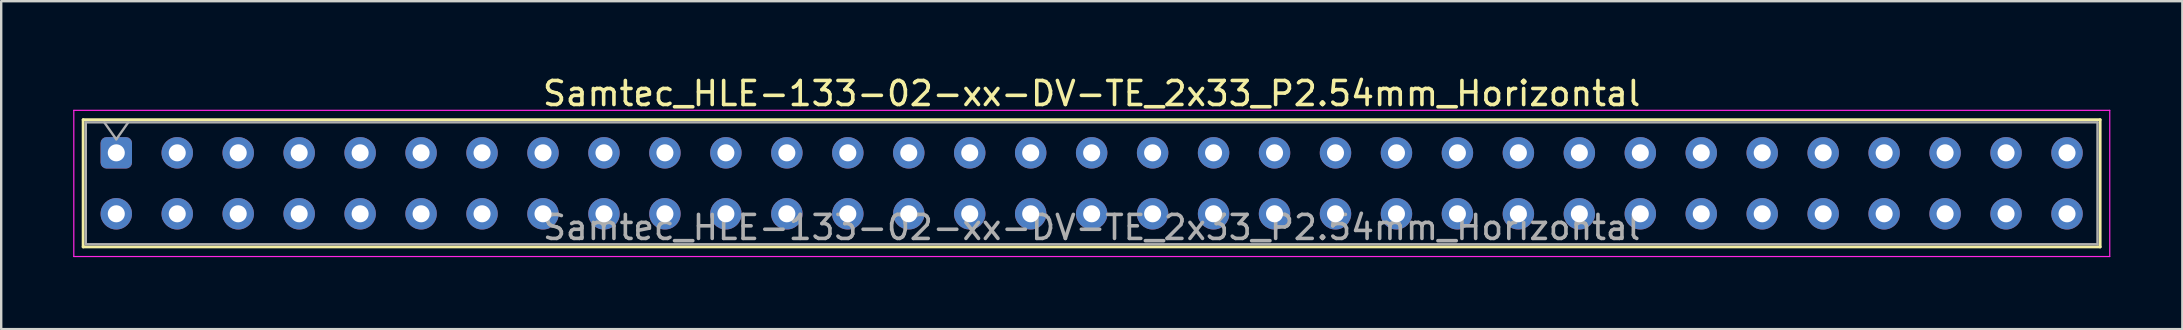
<source format=kicad_pcb>
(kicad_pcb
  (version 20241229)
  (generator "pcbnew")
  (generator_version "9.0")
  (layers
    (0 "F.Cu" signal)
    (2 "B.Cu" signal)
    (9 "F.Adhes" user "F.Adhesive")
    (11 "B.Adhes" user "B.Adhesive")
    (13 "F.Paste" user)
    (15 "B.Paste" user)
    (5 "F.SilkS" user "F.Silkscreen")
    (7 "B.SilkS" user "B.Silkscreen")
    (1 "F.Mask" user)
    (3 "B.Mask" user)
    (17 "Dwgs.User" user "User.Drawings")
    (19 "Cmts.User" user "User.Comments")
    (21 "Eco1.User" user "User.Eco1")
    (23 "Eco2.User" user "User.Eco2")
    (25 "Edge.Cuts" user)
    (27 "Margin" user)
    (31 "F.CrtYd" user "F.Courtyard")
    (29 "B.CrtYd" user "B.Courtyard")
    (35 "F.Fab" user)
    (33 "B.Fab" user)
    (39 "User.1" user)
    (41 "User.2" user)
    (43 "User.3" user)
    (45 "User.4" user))
  (footprint "Samtec_HLE-133-02-xx-DV-TE_2x33_P2.54mm_Horizontal"
    (layer "F.Cu")
    (at 1.795 3.318)
    (property "Reference" "Samtec_HLE-133-02-xx-DV-TE_2x33_P2.54mm_Horizontal" (at 40.64 -2.47 0) (layer "F.SilkS") (effects (font (size 1 1) (thickness 0.15))))
    (attr through_hole)
    (fp_line (start -1.38 -1.38) (end 82.66 -1.38) (stroke (width 0.12) (type solid)) (layer "F.SilkS"))
    (fp_line (start -1.38 3.92) (end -1.38 -1.38) (stroke (width 0.12) (type solid)) (layer "F.SilkS"))
    (fp_line (start 82.66 -1.38) (end 82.66 3.92) (stroke (width 0.12) (type solid)) (layer "F.SilkS"))
    (fp_line (start 82.66 3.92) (end -1.38 3.92) (stroke (width 0.12) (type solid)) (layer "F.SilkS"))
    (fp_line (start -1.77 -1.77) (end 83.06 -1.77) (stroke (width 0.05) (type solid)) (layer "F.CrtYd"))
    (fp_line (start -1.77 4.32) (end -1.77 -1.77) (stroke (width 0.05) (type solid)) (layer "F.CrtYd"))
    (fp_line (start 83.06 -1.77) (end 83.06 4.32) (stroke (width 0.05) (type solid)) (layer "F.CrtYd"))
    (fp_line (start 83.06 4.32) (end -1.77 4.32) (stroke (width 0.05) (type solid)) (layer "F.CrtYd"))
    (fp_line (start -1.27 -1.27) (end 82.55 -1.27) (stroke (width 0.1) (type solid)) (layer "F.Fab"))
    (fp_line (start -1.27 3.81) (end -1.27 -1.27) (stroke (width 0.1) (type solid)) (layer "F.Fab"))
    (fp_line (start -0.5 -1.27) (end 0 -0.563) (stroke (width 0.1) (type solid)) (layer "F.Fab"))
    (fp_line (start 0 -0.563) (end 0.5 -1.27) (stroke (width 0.1) (type solid)) (layer "F.Fab"))
    (fp_line (start 82.55 -1.27) (end 82.55 3.81) (stroke (width 0.1) (type solid)) (layer "F.Fab"))
    (fp_line (start 82.55 3.81) (end -1.27 3.81) (stroke (width 0.1) (type solid)) (layer "F.Fab"))
    (fp_text user "${REFERENCE}" (at 40.64 3.11 0) (layer "F.Fab") (effects (font (size 1 1) (thickness 0.15))))
    (pad "1" thru_hole roundrect (at 0 0) (size 1.31 1.31) (drill 0.71) (layers "*.Cu" "*.Mask") (roundrect_rratio 0.191))
    (pad "2" thru_hole circle (at 0 2.54) (size 1.31 1.31) (drill 0.71) (layers "*.Cu" "*.Mask"))
    (pad "3" thru_hole circle (at 2.54 0) (size 1.31 1.31) (drill 0.71) (layers "*.Cu" "*.Mask"))
    (pad "4" thru_hole circle (at 2.54 2.54) (size 1.31 1.31) (drill 0.71) (layers "*.Cu" "*.Mask"))
    (pad "5" thru_hole circle (at 5.08 0) (size 1.31 1.31) (drill 0.71) (layers "*.Cu" "*.Mask"))
    (pad "6" thru_hole circle (at 5.08 2.54) (size 1.31 1.31) (drill 0.71) (layers "*.Cu" "*.Mask"))
    (pad "7" thru_hole circle (at 7.62 0) (size 1.31 1.31) (drill 0.71) (layers "*.Cu" "*.Mask"))
    (pad "8" thru_hole circle (at 7.62 2.54) (size 1.31 1.31) (drill 0.71) (layers "*.Cu" "*.Mask"))
    (pad "9" thru_hole circle (at 10.16 0) (size 1.31 1.31) (drill 0.71) (layers "*.Cu" "*.Mask"))
    (pad "10" thru_hole circle (at 10.16 2.54) (size 1.31 1.31) (drill 0.71) (layers "*.Cu" "*.Mask"))
    (pad "11" thru_hole circle (at 12.7 0) (size 1.31 1.31) (drill 0.71) (layers "*.Cu" "*.Mask"))
    (pad "12" thru_hole circle (at 12.7 2.54) (size 1.31 1.31) (drill 0.71) (layers "*.Cu" "*.Mask"))
    (pad "13" thru_hole circle (at 15.24 0) (size 1.31 1.31) (drill 0.71) (layers "*.Cu" "*.Mask"))
    (pad "14" thru_hole circle (at 15.24 2.54) (size 1.31 1.31) (drill 0.71) (layers "*.Cu" "*.Mask"))
    (pad "15" thru_hole circle (at 17.78 0) (size 1.31 1.31) (drill 0.71) (layers "*.Cu" "*.Mask"))
    (pad "16" thru_hole circle (at 17.78 2.54) (size 1.31 1.31) (drill 0.71) (layers "*.Cu" "*.Mask"))
    (pad "17" thru_hole circle (at 20.32 0) (size 1.31 1.31) (drill 0.71) (layers "*.Cu" "*.Mask"))
    (pad "18" thru_hole circle (at 20.32 2.54) (size 1.31 1.31) (drill 0.71) (layers "*.Cu" "*.Mask"))
    (pad "19" thru_hole circle (at 22.86 0) (size 1.31 1.31) (drill 0.71) (layers "*.Cu" "*.Mask"))
    (pad "20" thru_hole circle (at 22.86 2.54) (size 1.31 1.31) (drill 0.71) (layers "*.Cu" "*.Mask"))
    (pad "21" thru_hole circle (at 25.4 0) (size 1.31 1.31) (drill 0.71) (layers "*.Cu" "*.Mask"))
    (pad "22" thru_hole circle (at 25.4 2.54) (size 1.31 1.31) (drill 0.71) (layers "*.Cu" "*.Mask"))
    (pad "23" thru_hole circle (at 27.94 0) (size 1.31 1.31) (drill 0.71) (layers "*.Cu" "*.Mask"))
    (pad "24" thru_hole circle (at 27.94 2.54) (size 1.31 1.31) (drill 0.71) (layers "*.Cu" "*.Mask"))
    (pad "25" thru_hole circle (at 30.48 0) (size 1.31 1.31) (drill 0.71) (layers "*.Cu" "*.Mask"))
    (pad "26" thru_hole circle (at 30.48 2.54) (size 1.31 1.31) (drill 0.71) (layers "*.Cu" "*.Mask"))
    (pad "27" thru_hole circle (at 33.02 0) (size 1.31 1.31) (drill 0.71) (layers "*.Cu" "*.Mask"))
    (pad "28" thru_hole circle (at 33.02 2.54) (size 1.31 1.31) (drill 0.71) (layers "*.Cu" "*.Mask"))
    (pad "29" thru_hole circle (at 35.56 0) (size 1.31 1.31) (drill 0.71) (layers "*.Cu" "*.Mask"))
    (pad "30" thru_hole circle (at 35.56 2.54) (size 1.31 1.31) (drill 0.71) (layers "*.Cu" "*.Mask"))
    (pad "31" thru_hole circle (at 38.1 0) (size 1.31 1.31) (drill 0.71) (layers "*.Cu" "*.Mask"))
    (pad "32" thru_hole circle (at 38.1 2.54) (size 1.31 1.31) (drill 0.71) (layers "*.Cu" "*.Mask"))
    (pad "33" thru_hole circle (at 40.64 0) (size 1.31 1.31) (drill 0.71) (layers "*.Cu" "*.Mask"))
    (pad "34" thru_hole circle (at 40.64 2.54) (size 1.31 1.31) (drill 0.71) (layers "*.Cu" "*.Mask"))
    (pad "35" thru_hole circle (at 43.18 0) (size 1.31 1.31) (drill 0.71) (layers "*.Cu" "*.Mask"))
    (pad "36" thru_hole circle (at 43.18 2.54) (size 1.31 1.31) (drill 0.71) (layers "*.Cu" "*.Mask"))
    (pad "37" thru_hole circle (at 45.72 0) (size 1.31 1.31) (drill 0.71) (layers "*.Cu" "*.Mask"))
    (pad "38" thru_hole circle (at 45.72 2.54) (size 1.31 1.31) (drill 0.71) (layers "*.Cu" "*.Mask"))
    (pad "39" thru_hole circle (at 48.26 0) (size 1.31 1.31) (drill 0.71) (layers "*.Cu" "*.Mask"))
    (pad "40" thru_hole circle (at 48.26 2.54) (size 1.31 1.31) (drill 0.71) (layers "*.Cu" "*.Mask"))
    (pad "41" thru_hole circle (at 50.8 0) (size 1.31 1.31) (drill 0.71) (layers "*.Cu" "*.Mask"))
    (pad "42" thru_hole circle (at 50.8 2.54) (size 1.31 1.31) (drill 0.71) (layers "*.Cu" "*.Mask"))
    (pad "43" thru_hole circle (at 53.34 0) (size 1.31 1.31) (drill 0.71) (layers "*.Cu" "*.Mask"))
    (pad "44" thru_hole circle (at 53.34 2.54) (size 1.31 1.31) (drill 0.71) (layers "*.Cu" "*.Mask"))
    (pad "45" thru_hole circle (at 55.88 0) (size 1.31 1.31) (drill 0.71) (layers "*.Cu" "*.Mask"))
    (pad "46" thru_hole circle (at 55.88 2.54) (size 1.31 1.31) (drill 0.71) (layers "*.Cu" "*.Mask"))
    (pad "47" thru_hole circle (at 58.42 0) (size 1.31 1.31) (drill 0.71) (layers "*.Cu" "*.Mask"))
    (pad "48" thru_hole circle (at 58.42 2.54) (size 1.31 1.31) (drill 0.71) (layers "*.Cu" "*.Mask"))
    (pad "49" thru_hole circle (at 60.96 0) (size 1.31 1.31) (drill 0.71) (layers "*.Cu" "*.Mask"))
    (pad "50" thru_hole circle (at 60.96 2.54) (size 1.31 1.31) (drill 0.71) (layers "*.Cu" "*.Mask"))
    (pad "51" thru_hole circle (at 63.5 0) (size 1.31 1.31) (drill 0.71) (layers "*.Cu" "*.Mask"))
    (pad "52" thru_hole circle (at 63.5 2.54) (size 1.31 1.31) (drill 0.71) (layers "*.Cu" "*.Mask"))
    (pad "53" thru_hole circle (at 66.04 0) (size 1.31 1.31) (drill 0.71) (layers "*.Cu" "*.Mask"))
    (pad "54" thru_hole circle (at 66.04 2.54) (size 1.31 1.31) (drill 0.71) (layers "*.Cu" "*.Mask"))
    (pad "55" thru_hole circle (at 68.58 0) (size 1.31 1.31) (drill 0.71) (layers "*.Cu" "*.Mask"))
    (pad "56" thru_hole circle (at 68.58 2.54) (size 1.31 1.31) (drill 0.71) (layers "*.Cu" "*.Mask"))
    (pad "57" thru_hole circle (at 71.12 0) (size 1.31 1.31) (drill 0.71) (layers "*.Cu" "*.Mask"))
    (pad "58" thru_hole circle (at 71.12 2.54) (size 1.31 1.31) (drill 0.71) (layers "*.Cu" "*.Mask"))
    (pad "59" thru_hole circle (at 73.66 0) (size 1.31 1.31) (drill 0.71) (layers "*.Cu" "*.Mask"))
    (pad "60" thru_hole circle (at 73.66 2.54) (size 1.31 1.31) (drill 0.71) (layers "*.Cu" "*.Mask"))
    (pad "61" thru_hole circle (at 76.2 0) (size 1.31 1.31) (drill 0.71) (layers "*.Cu" "*.Mask"))
    (pad "62" thru_hole circle (at 76.2 2.54) (size 1.31 1.31) (drill 0.71) (layers "*.Cu" "*.Mask"))
    (pad "63" thru_hole circle (at 78.74 0) (size 1.31 1.31) (drill 0.71) (layers "*.Cu" "*.Mask"))
    (pad "64" thru_hole circle (at 78.74 2.54) (size 1.31 1.31) (drill 0.71) (layers "*.Cu" "*.Mask"))
    (pad "65" thru_hole circle (at 81.28 0) (size 1.31 1.31) (drill 0.71) (layers "*.Cu" "*.Mask"))
    (pad "66" thru_hole circle (at 81.28 2.54) (size 1.31 1.31) (drill 0.71) (layers "*.Cu" "*.Mask")))
  (gr_rect
    (start -3 -3)
    (end 87.88 10.663)
    (stroke (width 0.1) (type default))
    (fill no)
    (layer "Edge.Cuts")))
</source>
